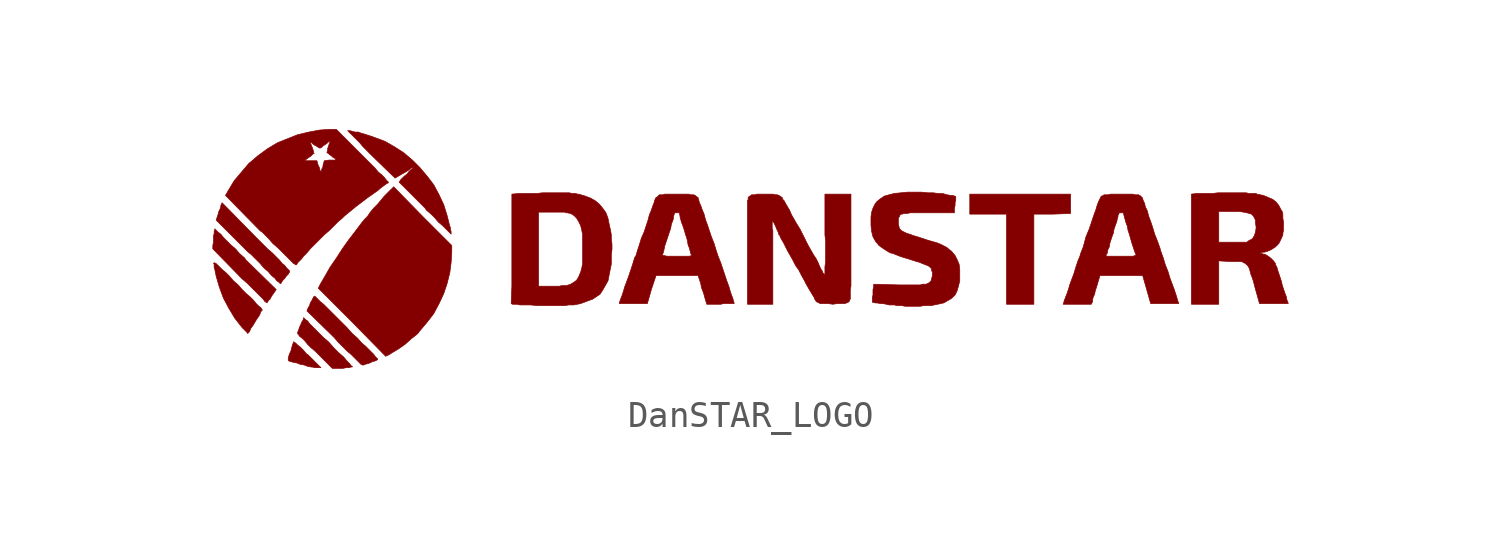
<source format=kicad_sym>
(kicad_symbol_lib
  (version 20211014)
  (generator kicad_symbol_editor)
  (symbol "DanSTAR_LOGO"
    (pin_names
      (offset 1.016))
    (property "Reference" "LOGO"
      (at 0 5.08 0)
      (effects (font (size 1.27 1.27)) hide))
    (symbol "DanSTAR_LOGO_1_1"
      (polyline (pts (xy 10.77 1.321) (xy 11.481 1.321) (xy 12.167 1.346) (xy 12.167 2.083) (xy 8.331 2.083) (xy 8.331 1.321) (xy 9.728 1.321) (xy 9.728 -2.108) (xy 10.77 -2.108) (xy 10.77 1.321)) (stroke (width 0.025) (type default) (color 0 0 0 0)) (fill (type outline)))
      (polyline (pts (xy -16.866 -4.013) (xy -16.891 -4.013) (xy -17.018 -3.861) (xy -17.145 -3.734) (xy -17.247 -3.658) (xy -17.323 -3.581) (xy -17.374 -3.556) (xy -17.399 -3.531) (xy -17.399 -3.556) (xy -17.424 -3.607) (xy -17.45 -3.683) (xy -17.501 -3.886) (xy -17.551 -3.988) (xy -17.577 -4.064) (xy -17.602 -4.166) (xy -17.602 -4.242) (xy -17.577 -4.267) (xy -17.501 -4.293) (xy -17.399 -4.318) (xy -17.272 -4.343) (xy -17.145 -4.394) (xy -16.993 -4.42) (xy -16.866 -4.47) (xy -16.739 -4.496) (xy -16.688 -4.496) (xy -16.586 -4.521) (xy -16.358 -4.521) (xy -16.866 -4.013)) (stroke (width 0.025) (type default) (color 0 0 0 0)) (fill (type outline)))
      (polyline (pts (xy -18.39 -2.032) (xy -18.364 -1.981) (xy -18.288 -1.905) (xy -18.237 -1.803) (xy -18.059 -1.549) (xy -19.228 -0.406) (xy -19.253 -0.356) (xy -19.456 -0.178) (xy -19.609 0) (xy -19.787 0.152) (xy -20.066 0.432) (xy -20.168 0.559) (xy -20.269 0.635) (xy -20.396 0.762) (xy -20.396 0.737) (xy -20.422 0.66) (xy -20.422 0.584) (xy -20.447 0.483) (xy -20.447 0.254) (xy -20.472 0.127) (xy -20.472 0) (xy -19.456 -1.041) (xy -19.355 -1.143) (xy -19.177 -1.295) (xy -18.542 -1.93) (xy -18.491 -2.007) (xy -18.44 -2.032) (xy -18.415 -2.057) (xy -18.39 -2.032)) (stroke (width 0.025) (type default) (color 0 0 0 0)) (fill (type outline)))
      (polyline (pts (xy -14.681 -4.394) (xy -14.58 -4.369) (xy -14.503 -4.343) (xy -14.402 -4.293) (xy -14.3 -4.267) (xy -14.199 -4.216) (xy -14.199 -4.191) (xy -14.3 -4.089) (xy -14.351 -4.013) (xy -14.656 -3.708) (xy -14.808 -3.581) (xy -14.961 -3.404) (xy -15.164 -3.226) (xy -15.367 -2.997) (xy -16.256 -2.108) (xy -16.383 -2.007) (xy -16.586 -1.803) (xy -16.612 -1.803) (xy -16.637 -1.829) (xy -16.713 -1.981) (xy -16.764 -2.057) (xy -16.789 -2.159) (xy -16.84 -2.235) (xy -16.891 -2.362) (xy -15.85 -3.378) (xy -15.697 -3.556) (xy -15.367 -3.886) (xy -15.215 -4.013) (xy -14.834 -4.394) (xy -14.808 -4.394) (xy -14.783 -4.42) (xy -14.732 -4.42) (xy -14.681 -4.394)) (stroke (width 0.025) (type default) (color 0 0 0 0)) (fill (type outline)))
      (polyline (pts (xy -17.856 -1.27) (xy -17.805 -1.194) (xy -17.729 -1.118) (xy -17.678 -1.041) (xy -17.602 -0.965) (xy -17.577 -0.914) (xy -17.551 -0.889) (xy -17.551 -0.838) (xy -17.678 -0.711) (xy -17.729 -0.635) (xy -17.831 -0.559) (xy -17.932 -0.432) (xy -18.212 -0.152) (xy -18.39 0) (xy -18.821 0.432) (xy -20.117 1.753) (xy -20.168 1.651) (xy -20.168 1.6) (xy -20.193 1.524) (xy -20.244 1.422) (xy -20.269 1.321) (xy -20.345 1.092) (xy -19.126 -0.127) (xy -19.025 -0.203) (xy -18.669 -0.559) (xy -18.517 -0.737) (xy -18.364 -0.864) (xy -18.237 -1.016) (xy -18.11 -1.118) (xy -18.034 -1.219) (xy -17.958 -1.27) (xy -17.907 -1.321) (xy -17.882 -1.321) (xy -17.856 -1.27)) (stroke (width 0.025) (type default) (color 0 0 0 0)) (fill (type outline)))
      (polyline (pts (xy -15.392 -4.521) (xy -15.291 -4.521) (xy -15.215 -4.496) (xy -15.164 -4.496) (xy -15.164 -4.47) (xy -15.215 -4.445) (xy -15.265 -4.369) (xy -15.367 -4.267) (xy -15.494 -4.115) (xy -15.672 -3.962) (xy -15.85 -3.785) (xy -16.053 -3.556) (xy -16.078 -3.531) (xy -16.256 -3.378) (xy -16.789 -2.845) (xy -16.866 -2.743) (xy -16.942 -2.692) (xy -17.018 -2.616) (xy -17.018 -2.642) (xy -17.043 -2.718) (xy -17.094 -2.794) (xy -17.12 -2.87) (xy -17.17 -2.972) (xy -17.221 -3.124) (xy -17.247 -3.175) (xy -17.247 -3.226) (xy -17.221 -3.251) (xy -17.17 -3.327) (xy -17.069 -3.404) (xy -16.967 -3.505) (xy -16.866 -3.632) (xy -16.739 -3.759) (xy -16.586 -3.886) (xy -15.926 -4.547) (xy -15.519 -4.547) (xy -15.392 -4.521)) (stroke (width 0.025) (type default) (color 0 0 0 0)) (fill (type outline)))
      (polyline (pts (xy -13.741 -4.013) (xy -13.665 -3.962) (xy -13.411 -3.81) (xy -13.157 -3.632) (xy -12.929 -3.429) (xy -12.675 -3.226) (xy -12.598 -3.124) (xy -12.319 -2.794) (xy -12.065 -2.464) (xy -11.862 -2.083) (xy -11.684 -1.702) (xy -11.557 -1.321) (xy -11.455 -0.914) (xy -11.405 -0.533) (xy -11.379 -0.127) (xy -11.379 0.127) (xy -12.497 1.245) (xy -13.589 2.362) (xy -13.945 2.007) (xy -14.199 1.702) (xy -14.351 1.549) (xy -14.478 1.397) (xy -14.58 1.245) (xy -14.681 1.143) (xy -14.808 0.991) (xy -15.037 0.686) (xy -15.291 0.356) (xy -15.545 0) (xy -15.773 -0.356) (xy -16.002 -0.686) (xy -16.205 -1.041) (xy -16.383 -1.346) (xy -16.459 -1.499) (xy -15.164 -2.794) (xy -13.894 -4.089) (xy -13.741 -4.013)) (stroke (width 0.025) (type default) (color 0 0 0 0)) (fill (type outline)))
      (polyline (pts (xy -19.075 -3.15) (xy -19.025 -3.023) (xy -18.948 -2.921) (xy -18.796 -2.667) (xy -18.72 -2.565) (xy -18.669 -2.464) (xy -18.644 -2.388) (xy -18.593 -2.337) (xy -18.593 -2.311) (xy -18.618 -2.286) (xy -18.644 -2.235) (xy -18.72 -2.184) (xy -18.821 -2.083) (xy -18.923 -1.956) (xy -19.05 -1.829) (xy -19.202 -1.702) (xy -19.355 -1.549) (xy -19.507 -1.372) (xy -19.685 -1.219) (xy -19.837 -1.041) (xy -19.99 -0.889) (xy -20.117 -0.787) (xy -20.345 -0.559) (xy -20.396 -0.533) (xy -20.422 -0.533) (xy -20.447 -0.559) (xy -20.422 -0.584) (xy -20.422 -0.711) (xy -20.396 -0.787) (xy -20.345 -1.041) (xy -20.218 -1.473) (xy -20.066 -1.88) (xy -19.863 -2.261) (xy -19.634 -2.642) (xy -19.355 -2.997) (xy -19.152 -3.2) (xy -19.152 -3.226) (xy -19.075 -3.15)) (stroke (width 0.025) (type default) (color 0 0 0 0)) (fill (type outline)))
      (polyline (pts (xy -11.405 0.66) (xy -11.43 0.737) (xy -11.43 0.813) (xy -11.455 0.864) (xy -11.557 1.27) (xy -11.684 1.676) (xy -11.862 2.057) (xy -12.065 2.438) (xy -12.319 2.769) (xy -12.598 3.099) (xy -12.878 3.378) (xy -13.208 3.658) (xy -13.564 3.886) (xy -13.919 4.089) (xy -14.326 4.242) (xy -14.707 4.369) (xy -14.808 4.394) (xy -14.935 4.445) (xy -15.062 4.445) (xy -15.164 4.47) (xy -15.24 4.496) (xy -15.342 4.496) (xy -14.884 4.039) (xy -14.757 3.886) (xy -14.453 3.581) (xy -13.538 2.692) (xy -13.233 2.87) (xy -13.183 2.896) (xy -13.056 2.972) (xy -12.954 3.048) (xy -12.878 3.099) (xy -12.827 3.124) (xy -12.852 3.099) (xy -12.878 3.048) (xy -12.954 2.997) (xy -13.005 2.946) (xy -13.081 2.845) (xy -13.183 2.769) (xy -13.335 2.616) (xy -13.36 2.565) (xy -13.386 2.54) (xy -12.395 1.549) (xy -12.344 1.473) (xy -12.167 1.321) (xy -12.014 1.168) (xy -11.887 1.016) (xy -11.735 0.889) (xy -11.405 0.559) (xy -11.405 0.66)) (stroke (width 0.025) (type default) (color 0 0 0 0)) (fill (type outline)))
      (polyline (pts (xy -6.934 -2.134) (xy -6.731 -2.134) (xy -6.477 -2.083) (xy -6.071 -1.93) (xy -6.045 -1.93) (xy -5.74 -1.727) (xy -5.639 -1.575) (xy -5.436 -1.219) (xy -5.309 -0.584) (xy -5.309 -0.229) (xy -5.283 -0.025) (xy -5.283 0.178) (xy -5.309 0.381) (xy -5.309 0.533) (xy -5.334 0.686) (xy -5.385 0.914) (xy -5.436 1.168) (xy -5.512 1.372) (xy -5.639 1.549) (xy -5.766 1.702) (xy -5.918 1.829) (xy -6.096 1.93) (xy -6.299 2.007) (xy -6.553 2.083) (xy -6.604 2.083) (xy -6.655 2.108) (xy -6.807 2.108) (xy -6.909 2.134) (xy -7.925 2.134) (xy -8.128 2.108) (xy -8.814 2.108) (xy -9.093 2.083) (xy -9.093 0) (xy -9.093 -1.422) (xy -8.077 -1.422) (xy -8.077 1.397) (xy -7.087 1.397) (xy -7.036 1.372) (xy -6.985 1.372) (xy -6.858 1.346) (xy -6.731 1.27) (xy -6.629 1.168) (xy -6.553 1.041) (xy -6.477 0.889) (xy -6.426 0.686) (xy -6.426 0.66) (xy -6.401 0.559) (xy -6.401 -0.584) (xy -6.426 -0.686) (xy -6.426 -0.711) (xy -6.477 -0.889) (xy -6.553 -1.067) (xy -6.629 -1.194) (xy -6.731 -1.27) (xy -6.858 -1.346) (xy -7.01 -1.397) (xy -7.188 -1.397) (xy -7.29 -1.422) (xy -8.077 -1.422) (xy -9.093 -1.422) (xy -9.119 -2.083) (xy -9.068 -2.108) (xy -8.915 -2.108) (xy -8.788 -2.134) (xy -8.382 -2.134) (xy -8.128 -2.159) (xy -7.061 -2.159) (xy -6.934 -2.134)) (stroke (width 0.025) (type default) (color 0 0 0 0)) (fill (type outline)))
      (polyline (pts (xy 0.838 0.686) (xy 0.813 0.787) (xy 0.813 1.016) (xy 0.838 1.041) (xy 0.864 1.016) (xy 0.94 0.864) (xy 0.991 0.737) (xy 1.041 0.635) (xy 1.067 0.533) (xy 1.092 0.533) (xy 1.118 0.457) (xy 1.168 0.356) (xy 1.245 0.229) (xy 1.397 -0.076) (xy 1.6 -0.432) (xy 1.702 -0.635) (xy 1.829 -0.813) (xy 1.93 -1.016) (xy 2.032 -1.194) (xy 2.108 -1.346) (xy 2.21 -1.524) (xy 2.362 -1.778) (xy 2.413 -1.854) (xy 2.438 -1.93) (xy 2.464 -1.956) (xy 2.489 -2.007) (xy 2.642 -2.083) (xy 2.946 -2.083) (xy 3.124 -2.108) (xy 3.277 -2.083) (xy 3.581 -2.083) (xy 3.632 -2.057) (xy 3.658 -2.057) (xy 3.683 -2.032) (xy 3.708 -2.032) (xy 3.759 -1.981) (xy 3.759 -1.956) (xy 3.785 -1.905) (xy 3.785 -1.549) (xy 3.81 -1.422) (xy 3.81 2.083) (xy 2.819 2.083) (xy 2.819 0.533) (xy 2.845 0.305) (xy 2.845 -0.483) (xy 2.819 -0.686) (xy 2.819 -1.016) (xy 2.794 -0.965) (xy 2.743 -0.914) (xy 2.718 -0.838) (xy 2.692 -0.813) (xy 2.616 -0.66) (xy 2.565 -0.533) (xy 2.489 -0.381) (xy 2.388 -0.229) (xy 2.184 0.127) (xy 1.88 0.737) (xy 1.753 0.94) (xy 1.549 1.295) (xy 1.473 1.473) (xy 1.321 1.727) (xy 1.27 1.829) (xy 1.219 1.88) (xy 1.194 1.93) (xy 1.194 1.956) (xy 1.143 1.981) (xy 1.118 2.007) (xy 1.016 2.057) (xy 0.94 2.057) (xy 0.838 2.083) (xy 0.229 2.083) (xy 0.152 2.057) (xy 0.025 2.057) (xy -0.025 2.007) (xy -0.051 2.007) (xy -0.102 1.956) (xy -0.102 1.88) (xy -0.127 1.829) (xy -0.127 -2.108) (xy 0.838 -2.108) (xy 0.838 0.686)) (stroke (width 0.025) (type default) (color 0 0 0 0)) (fill (type outline)))
      (polyline (pts (xy 17.805 -0.457) (xy 18.237 -0.483) (xy 18.669 -0.483) (xy 18.821 -0.559) (xy 18.923 -0.66) (xy 18.974 -0.762) (xy 19.025 -0.965) (xy 19.075 -1.092) (xy 19.126 -1.245) (xy 19.177 -1.448) (xy 19.355 -2.083) (xy 20.447 -2.083) (xy 20.447 -2.057) (xy 20.422 -2.007) (xy 20.396 -1.93) (xy 20.371 -1.803) (xy 20.32 -1.676) (xy 20.218 -1.372) (xy 20.193 -1.245) (xy 20.041 -0.787) (xy 20.015 -0.686) (xy 19.964 -0.61) (xy 19.964 -0.559) (xy 19.888 -0.457) (xy 19.787 -0.356) (xy 19.685 -0.279) (xy 19.558 -0.203) (xy 19.507 -0.203) (xy 19.456 -0.178) (xy 19.406 -0.178) (xy 19.38 -0.152) (xy 19.406 -0.152) (xy 19.456 -0.127) (xy 19.533 -0.127) (xy 19.634 -0.102) (xy 19.812 -0.025) (xy 19.964 0.076) (xy 20.091 0.203) (xy 20.168 0.356) (xy 20.244 0.533) (xy 20.244 0.584) (xy 20.269 0.711) (xy 20.269 1.016) (xy 20.244 1.168) (xy 20.244 1.321) (xy 20.218 1.422) (xy 20.168 1.499) (xy 20.091 1.651) (xy 19.99 1.778) (xy 19.863 1.88) (xy 19.507 2.032) (xy 19.253 2.083) (xy 19.228 2.108) (xy 18.948 2.108) (xy 18.847 2.134) (xy 17.78 2.134) (xy 17.577 2.108) (xy 16.967 2.108) (xy 16.764 2.083) (xy 16.764 0.254) (xy 17.805 0.254) (xy 17.805 1.422) (xy 18.593 1.422) (xy 18.745 1.397) (xy 18.872 1.372) (xy 18.974 1.346) (xy 19.05 1.321) (xy 19.126 1.245) (xy 19.202 1.092) (xy 19.202 0.991) (xy 19.228 0.813) (xy 19.202 0.635) (xy 19.152 0.483) (xy 19.126 0.457) (xy 19.101 0.406) (xy 19.05 0.356) (xy 18.974 0.33) (xy 18.872 0.254) (xy 17.805 0.254) (xy 16.764 0.254) (xy 16.764 -2.108) (xy 17.805 -2.108) (xy 17.805 -0.457)) (stroke (width 0.025) (type default) (color 0 0 0 0)) (fill (type outline)))
      (polyline (pts (xy 13.005 -2.007) (xy 13.005 -1.93) (xy 13.03 -1.829) (xy 13.081 -1.727) (xy 13.106 -1.6) (xy 13.157 -1.448) (xy 13.284 -1.016) (xy 14.91 -1.016) (xy 15.215 -2.083) (xy 16.281 -2.083) (xy 16.281 -2.057) (xy 16.256 -2.007) (xy 16.231 -1.93) (xy 16.205 -1.829) (xy 16.104 -1.524) (xy 15.951 -1.118) (xy 15.875 -0.864) (xy 15.773 -0.61) (xy 15.697 -0.356) (xy 15.596 -0.076) (xy 15.57 0.025) (xy 15.469 0.305) (xy 15.367 0.559) (xy 15.291 0.813) (xy 15.215 1.041) (xy 15.138 1.245) (xy 15.088 1.448) (xy 15.011 1.6) (xy 14.986 1.727) (xy 14.935 1.829) (xy 14.91 1.905) (xy 14.91 1.93) (xy 14.808 2.032) (xy 14.783 2.032) (xy 14.757 2.057) (xy 14.63 2.057) (xy 14.529 2.083) (xy 13.691 2.083) (xy 13.589 2.057) (xy 13.437 2.057) (xy 13.411 2.032) (xy 13.36 2.007) (xy 13.335 2.007) (xy 13.233 1.803) (xy 13.183 1.676) (xy 13.132 1.499) (xy 13.056 1.295) (xy 12.878 0.762) (xy 12.751 0.457) (xy 12.649 0.076) (xy 12.548 -0.178) (xy 12.522 -0.279) (xy 13.513 -0.279) (xy 13.538 -0.178) (xy 13.564 -0.178) (xy 13.564 -0.127) (xy 13.589 -0.025) (xy 13.64 0.076) (xy 13.665 0.229) (xy 13.767 0.533) (xy 13.792 0.584) (xy 13.818 0.737) (xy 13.868 0.889) (xy 13.919 1.016) (xy 13.945 1.143) (xy 13.97 1.219) (xy 13.97 1.27) (xy 14.021 1.372) (xy 14.173 1.372) (xy 14.224 1.168) (xy 14.249 1.092) (xy 14.275 0.991) (xy 14.326 0.864) (xy 14.351 0.711) (xy 14.402 0.559) (xy 14.503 0.203) (xy 14.605 -0.102) (xy 14.656 -0.229) (xy 14.656 -0.254) (xy 14.605 -0.254) (xy 14.554 -0.279) (xy 13.513 -0.279) (xy 12.522 -0.279) (xy 12.446 -0.457) (xy 12.37 -0.686) (xy 12.294 -0.94) (xy 12.141 -1.346) (xy 12.09 -1.524) (xy 12.04 -1.676) (xy 11.989 -1.803) (xy 11.963 -1.88) (xy 11.938 -1.93) (xy 11.887 -2.108) (xy 12.954 -2.108) (xy 13.005 -2.007)) (stroke (width 0.025) (type default) (color 0 0 0 0)) (fill (type outline)))
      (polyline (pts (xy -1.041 -2.083) (xy -0.635 -2.083) (xy -0.635 -2.057) (xy -0.66 -1.981) (xy -0.686 -1.88) (xy -0.737 -1.753) (xy -0.787 -1.6) (xy -0.838 -1.422) (xy -0.914 -1.219) (xy -1.143 -0.533) (xy -1.245 -0.279) (xy -1.321 -0.051) (xy -1.397 0.203) (xy -1.499 0.457) (xy -1.651 0.914) (xy -1.727 1.118) (xy -1.778 1.321) (xy -1.854 1.499) (xy -1.905 1.651) (xy -1.956 1.753) (xy -1.981 1.854) (xy -2.007 1.93) (xy -2.007 1.956) (xy -2.057 1.981) (xy -2.108 2.032) (xy -2.134 2.032) (xy -2.159 2.057) (xy -2.286 2.057) (xy -2.362 2.083) (xy -3.277 2.083) (xy -3.353 2.057) (xy -3.48 2.057) (xy -3.556 1.981) (xy -3.607 1.956) (xy -3.658 1.854) (xy -3.683 1.753) (xy -3.734 1.626) (xy -3.785 1.473) (xy -3.861 1.295) (xy -3.912 1.092) (xy -4.064 0.635) (xy -4.166 0.406) (xy -4.242 0.152) (xy -4.318 -0.076) (xy -4.369 -0.254) (xy -3.378 -0.254) (xy -3.353 -0.203) (xy -3.327 -0.127) (xy -3.302 -0.025) (xy -3.277 0.102) (xy -3.048 0.787) (xy -3.023 0.94) (xy -2.972 1.067) (xy -2.946 1.143) (xy -2.946 1.219) (xy -2.896 1.372) (xy -2.718 1.372) (xy -2.692 1.219) (xy -2.692 1.194) (xy -2.667 1.118) (xy -2.642 1.016) (xy -2.591 0.889) (xy -2.54 0.737) (xy -2.489 0.559) (xy -2.438 0.406) (xy -2.413 0.305) (xy -2.388 0.152) (xy -2.337 0.025) (xy -2.286 -0.178) (xy -2.261 -0.229) (xy -2.261 -0.254) (xy -2.337 -0.279) (xy -3.2 -0.279) (xy -3.302 -0.254) (xy -3.378 -0.254) (xy -4.369 -0.254) (xy -4.42 -0.33) (xy -4.496 -0.584) (xy -4.648 -1.041) (xy -4.801 -1.448) (xy -4.851 -1.626) (xy -4.902 -1.778) (xy -4.953 -1.905) (xy -5.004 -2.057) (xy -5.004 -2.083) (xy -3.937 -2.083) (xy -3.785 -1.549) (xy -3.607 -1.016) (xy -2.007 -1.016) (xy -1.905 -1.321) (xy -1.88 -1.473) (xy -1.829 -1.6) (xy -1.778 -1.753) (xy -1.753 -1.854) (xy -1.676 -2.108) (xy -1.143 -2.108) (xy -1.041 -2.083)) (stroke (width 0.025) (type default) (color 0 0 0 0)) (fill (type outline)))
      (polyline (pts (xy -17.272 -0.584) (xy -17.247 -0.533) (xy -17.094 -0.381) (xy -17.018 -0.279) (xy -16.891 -0.152) (xy -16.764 0) (xy -16.231 0.533) (xy -16.027 0.711) (xy -15.697 1.041) (xy -15.545 1.168) (xy -15.469 1.245) (xy -15.037 1.6) (xy -14.605 1.93) (xy -14.173 2.235) (xy -14.122 2.286) (xy -13.919 2.438) (xy -13.843 2.489) (xy -13.792 2.515) (xy -13.792 2.54) (xy -13.868 2.616) (xy -13.945 2.718) (xy -14.046 2.819) (xy -14.173 2.921) (xy -14.3 3.073) (xy -15.773 4.547) (xy -16.027 4.547) (xy -16.408 4.521) (xy -16.815 4.445) (xy -17.247 4.343) (xy -18.009 4.039) (xy -18.39 3.81) (xy -18.771 3.531) (xy -18.974 3.353) (xy -16.993 3.353) (xy -16.815 3.48) (xy -16.739 3.531) (xy -16.637 3.632) (xy -16.612 3.632) (xy -16.637 3.658) (xy -16.637 3.708) (xy -16.688 3.861) (xy -16.713 3.912) (xy -16.739 3.988) (xy -16.764 4.039) (xy -16.764 4.064) (xy -16.739 4.064) (xy -16.662 3.988) (xy -16.586 3.937) (xy -16.535 3.912) (xy -16.459 3.861) (xy -16.408 3.835) (xy -16.383 3.835) (xy -16.332 3.861) (xy -16.281 3.912) (xy -16.129 4.013) (xy -16.078 4.064) (xy -16.027 4.089) (xy -16.002 4.089) (xy -16.027 4.039) (xy -16.104 3.81) (xy -16.104 3.734) (xy -16.129 3.683) (xy -16.129 3.658) (xy -16.078 3.632) (xy -16.027 3.581) (xy -15.951 3.531) (xy -15.9 3.48) (xy -15.799 3.429) (xy -15.799 3.404) (xy -15.824 3.378) (xy -16.053 3.378) (xy -16.231 3.353) (xy -16.281 3.175) (xy -16.281 3.124) (xy -16.332 3.023) (xy -16.332 2.972) (xy -16.358 2.946) (xy -16.383 2.972) (xy -16.408 3.023) (xy -16.408 3.073) (xy -16.459 3.175) (xy -16.485 3.251) (xy -16.51 3.353) (xy -16.993 3.353) (xy -18.974 3.353) (xy -19.101 3.251) (xy -19.66 2.591) (xy -19.888 2.21) (xy -19.99 2.032) (xy -18.669 0.686) (xy -18.593 0.635) (xy -18.364 0.406) (xy -18.186 0.203) (xy -18.009 0.051) (xy -17.399 -0.559) (xy -17.348 -0.584) (xy -17.323 -0.584) (xy -17.323 -0.61) (xy -17.297 -0.61) (xy -17.272 -0.584)) (stroke (width 0.025) (type default) (color 0 0 0 0)) (fill (type outline)))
      (polyline (pts (xy 6.579 -2.159) (xy 6.858 -2.159) (xy 7.112 -2.108) (xy 7.341 -2.057) (xy 7.518 -1.956) (xy 7.645 -1.88) (xy 7.772 -1.753) (xy 7.849 -1.6) (xy 7.899 -1.422) (xy 7.95 -1.219) (xy 7.95 -0.787) (xy 7.925 -0.584) (xy 7.849 -0.406) (xy 7.772 -0.254) (xy 7.645 -0.102) (xy 7.62 -0.076) (xy 7.544 -0.025) (xy 7.493 0.025) (xy 7.417 0.076) (xy 7.214 0.178) (xy 7.087 0.229) (xy 6.731 0.33) (xy 6.35 0.457) (xy 6.172 0.508) (xy 6.045 0.559) (xy 5.944 0.584) (xy 5.74 0.686) (xy 5.664 0.762) (xy 5.639 0.838) (xy 5.613 0.94) (xy 5.613 1.168) (xy 5.664 1.245) (xy 5.664 1.27) (xy 5.715 1.321) (xy 5.766 1.321) (xy 5.817 1.346) (xy 5.944 1.346) (xy 6.071 1.372) (xy 7.747 1.372) (xy 7.747 1.549) (xy 7.772 1.651) (xy 7.772 1.753) (xy 7.798 1.854) (xy 7.798 1.981) (xy 7.772 2.007) (xy 7.747 2.007) (xy 7.696 2.032) (xy 7.62 2.032) (xy 7.468 2.057) (xy 7.29 2.108) (xy 7.112 2.108) (xy 6.934 2.134) (xy 6.731 2.134) (xy 6.477 2.159) (xy 5.969 2.159) (xy 5.461 2.108) (xy 5.258 2.057) (xy 5.08 2.007) (xy 4.928 1.905) (xy 4.801 1.803) (xy 4.724 1.702) (xy 4.648 1.549) (xy 4.597 1.397) (xy 4.572 1.219) (xy 4.572 0.889) (xy 4.597 0.66) (xy 4.648 0.457) (xy 4.75 0.279) (xy 4.877 0.127) (xy 5.055 0) (xy 5.258 -0.127) (xy 5.309 -0.152) (xy 5.41 -0.178) (xy 5.664 -0.279) (xy 5.817 -0.33) (xy 5.994 -0.381) (xy 6.223 -0.457) (xy 6.401 -0.508) (xy 6.655 -0.61) (xy 6.731 -0.635) (xy 6.807 -0.686) (xy 6.858 -0.737) (xy 6.883 -0.787) (xy 6.883 -0.838) (xy 6.909 -0.889) (xy 6.909 -1.016) (xy 6.858 -1.219) (xy 6.807 -1.27) (xy 6.731 -1.321) (xy 6.706 -1.321) (xy 6.68 -1.346) (xy 6.528 -1.346) (xy 6.452 -1.372) (xy 5.639 -1.372) (xy 4.674 -1.346) (xy 4.674 -1.448) (xy 4.648 -1.549) (xy 4.648 -1.753) (xy 4.623 -1.854) (xy 4.623 -2.032) (xy 4.648 -2.032) (xy 4.724 -2.057) (xy 4.801 -2.057) (xy 4.928 -2.083) (xy 5.029 -2.083) (xy 5.156 -2.108) (xy 5.258 -2.134) (xy 5.461 -2.134) (xy 5.563 -2.159) (xy 5.74 -2.159) (xy 5.867 -2.184) (xy 6.452 -2.184) (xy 6.579 -2.159)) (stroke (width 0.025) (type default) (color 0 0 0 0)) (fill (type outline))))))
</source>
